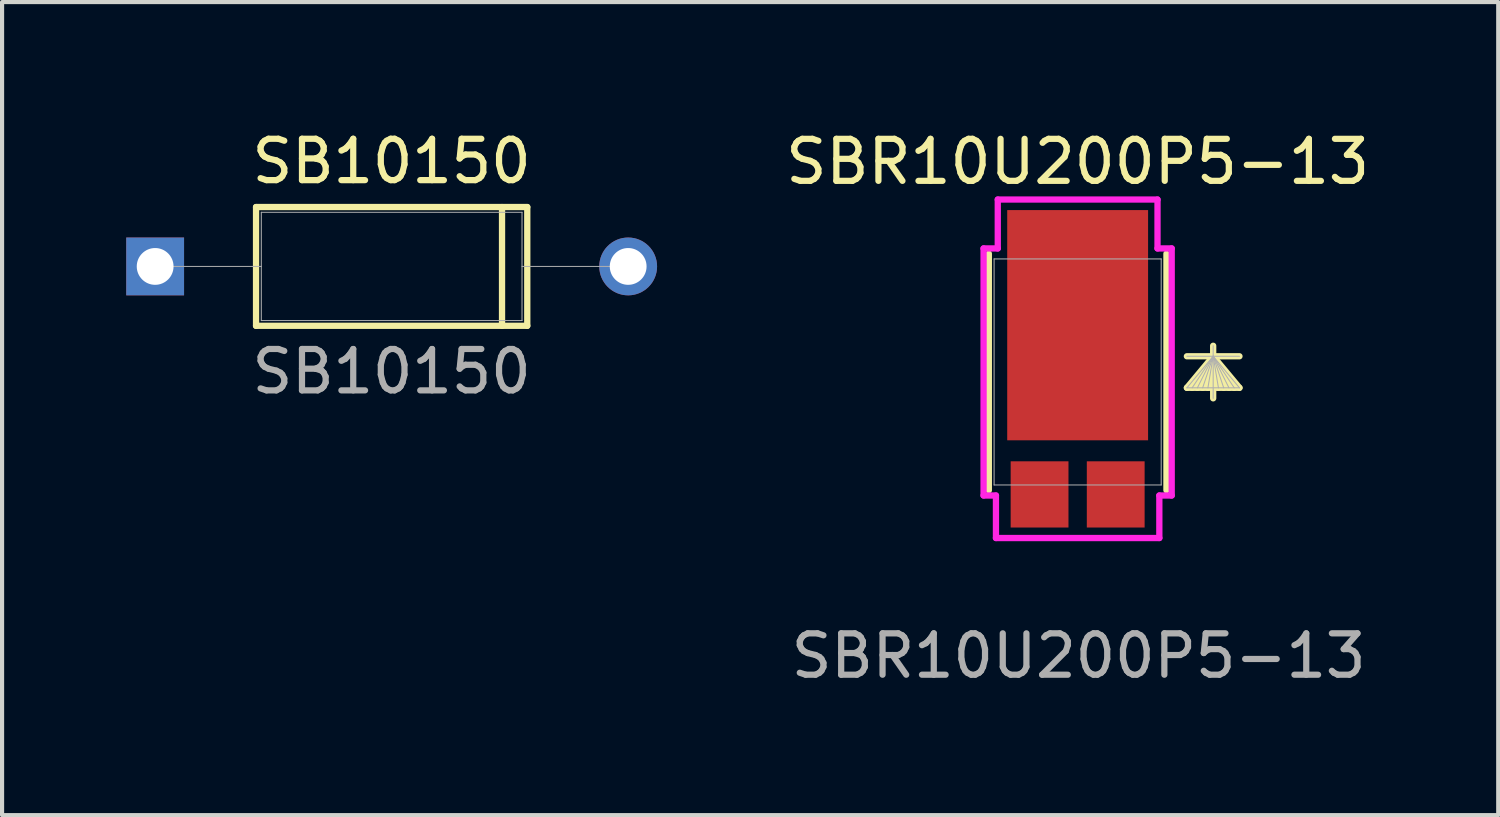
<source format=kicad_pcb>
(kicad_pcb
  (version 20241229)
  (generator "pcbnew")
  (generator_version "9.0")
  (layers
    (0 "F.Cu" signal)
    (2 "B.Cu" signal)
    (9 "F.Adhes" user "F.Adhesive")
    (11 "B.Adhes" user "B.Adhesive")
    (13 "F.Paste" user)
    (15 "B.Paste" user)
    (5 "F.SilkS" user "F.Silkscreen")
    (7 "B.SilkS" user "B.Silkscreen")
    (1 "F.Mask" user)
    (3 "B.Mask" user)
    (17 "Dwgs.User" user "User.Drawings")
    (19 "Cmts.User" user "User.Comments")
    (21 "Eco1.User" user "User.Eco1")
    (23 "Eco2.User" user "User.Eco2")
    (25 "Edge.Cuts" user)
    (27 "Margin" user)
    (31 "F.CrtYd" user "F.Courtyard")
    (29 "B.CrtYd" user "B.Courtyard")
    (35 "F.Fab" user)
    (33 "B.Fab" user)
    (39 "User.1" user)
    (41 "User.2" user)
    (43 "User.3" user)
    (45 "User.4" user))
  (footprint "SBR10U200P5-13"
    (layer "F.Cu")
    (at 22.99 5.938)
    (property "Reference" "SBR10U200P5-13" (at 0 -5.08 0) (unlocked yes) (layer "F.SilkS") (effects (font (size 1.016 1.016) (thickness 0.15))))
    (attr smd)
    (fp_line (start -2.146 -2.857) (end -2.146 2.857) (stroke (width 0.152) (type solid)) (layer "F.SilkS"))
    (fp_line (start 2.146 2.857) (end 2.146 -2.857) (stroke (width 0.152) (type solid)) (layer "F.SilkS"))
    (fp_line (start 3.275 -0.379) (end 2.64 0.383) (stroke (width 0.152) (type solid)) (layer "F.SilkS"))
    (fp_line (start 3.275 -0.379) (end 2.767 0.383) (stroke (width 0.152) (type solid)) (layer "F.SilkS"))
    (fp_line (start 3.275 -0.379) (end 2.894 0.383) (stroke (width 0.152) (type solid)) (layer "F.SilkS"))
    (fp_line (start 3.275 -0.379) (end 3.021 0.383) (stroke (width 0.152) (type solid)) (layer "F.SilkS"))
    (fp_line (start 3.275 -0.379) (end 3.148 0.383) (stroke (width 0.152) (type solid)) (layer "F.SilkS"))
    (fp_line (start 3.275 -0.379) (end 3.402 0.383) (stroke (width 0.152) (type solid)) (layer "F.SilkS"))
    (fp_line (start 3.275 -0.379) (end 3.529 0.383) (stroke (width 0.152) (type solid)) (layer "F.SilkS"))
    (fp_line (start 3.275 -0.379) (end 3.656 0.383) (stroke (width 0.152) (type solid)) (layer "F.SilkS"))
    (fp_line (start 3.275 -0.379) (end 3.783 0.383) (stroke (width 0.152) (type solid)) (layer "F.SilkS"))
    (fp_line (start 3.275 -0.379) (end 3.91 0.383) (stroke (width 0.152) (type solid)) (layer "F.SilkS"))
    (fp_line (start 3.275 0.637) (end 3.275 -0.633) (stroke (width 0.152) (type solid)) (layer "F.SilkS"))
    (fp_line (start 3.91 -0.379) (end 2.64 -0.379) (stroke (width 0.152) (type solid)) (layer "F.SilkS"))
    (fp_line (start 3.91 0.383) (end 2.64 0.383) (stroke (width 0.152) (type solid)) (layer "F.SilkS"))
    (fp_line (start -2.273 -2.985) (end -1.93 -2.985) (stroke (width 0.152) (type solid)) (layer "F.CrtYd"))
    (fp_line (start -2.273 2.985) (end -2.273 -2.985) (stroke (width 0.152) (type solid)) (layer "F.CrtYd"))
    (fp_line (start -1.974 2.985) (end -2.273 2.985) (stroke (width 0.152) (type solid)) (layer "F.CrtYd"))
    (fp_line (start -1.974 2.985) (end -1.974 4.013) (stroke (width 0.152) (type solid)) (layer "F.CrtYd"))
    (fp_line (start -1.974 4.013) (end 1.974 4.013) (stroke (width 0.152) (type solid)) (layer "F.CrtYd"))
    (fp_line (start -1.93 -4.166) (end -1.93 -2.985) (stroke (width 0.152) (type solid)) (layer "F.CrtYd"))
    (fp_line (start -1.93 -4.166) (end 1.93 -4.166) (stroke (width 0.152) (type solid)) (layer "F.CrtYd"))
    (fp_line (start 1.93 -4.166) (end 1.93 -2.985) (stroke (width 0.152) (type solid)) (layer "F.CrtYd"))
    (fp_line (start 1.974 2.985) (end 1.974 4.013) (stroke (width 0.152) (type solid)) (layer "F.CrtYd"))
    (fp_line (start 2.273 -2.985) (end 1.93 -2.985) (stroke (width 0.152) (type solid)) (layer "F.CrtYd"))
    (fp_line (start 2.273 -2.985) (end 2.273 2.985) (stroke (width 0.152) (type solid)) (layer "F.CrtYd"))
    (fp_line (start 2.273 2.985) (end 1.974 2.985) (stroke (width 0.152) (type solid)) (layer "F.CrtYd"))
    (fp_line (start -2.019 -2.731) (end -2.019 2.731) (stroke (width 0.025) (type solid)) (layer "F.Fab"))
    (fp_line (start -2.019 2.731) (end 2.019 2.731) (stroke (width 0.025) (type solid)) (layer "F.Fab"))
    (fp_line (start 2.019 -2.731) (end -2.019 -2.731) (stroke (width 0.025) (type solid)) (layer "F.Fab"))
    (fp_line (start 2.019 2.731) (end 2.019 -2.731) (stroke (width 0.025) (type solid)) (layer "F.Fab"))
    (fp_line (start 3.275 -0.379) (end 2.64 0.383) (stroke (width 0.025) (type solid)) (layer "F.Fab"))
    (fp_line (start 3.275 -0.379) (end 2.767 0.383) (stroke (width 0.025) (type solid)) (layer "F.Fab"))
    (fp_line (start 3.275 -0.379) (end 2.894 0.383) (stroke (width 0.025) (type solid)) (layer "F.Fab"))
    (fp_line (start 3.275 -0.379) (end 3.021 0.383) (stroke (width 0.025) (type solid)) (layer "F.Fab"))
    (fp_line (start 3.275 -0.379) (end 3.148 0.383) (stroke (width 0.025) (type solid)) (layer "F.Fab"))
    (fp_line (start 3.275 -0.379) (end 3.402 0.383) (stroke (width 0.025) (type solid)) (layer "F.Fab"))
    (fp_line (start 3.275 -0.379) (end 3.529 0.383) (stroke (width 0.025) (type solid)) (layer "F.Fab"))
    (fp_line (start 3.275 -0.379) (end 3.656 0.383) (stroke (width 0.025) (type solid)) (layer "F.Fab"))
    (fp_line (start 3.275 -0.379) (end 3.783 0.383) (stroke (width 0.025) (type solid)) (layer "F.Fab"))
    (fp_line (start 3.275 -0.379) (end 3.91 0.383) (stroke (width 0.025) (type solid)) (layer "F.Fab"))
    (fp_line (start 3.275 0.637) (end 3.275 -0.633) (stroke (width 0.025) (type solid)) (layer "F.Fab"))
    (fp_line (start 3.91 -0.379) (end 2.64 -0.379) (stroke (width 0.025) (type solid)) (layer "F.Fab"))
    (fp_line (start 3.91 0.383) (end 2.64 0.383) (stroke (width 0.025) (type solid)) (layer "F.Fab"))
    (fp_text user "${REFERENCE}" (at 0.024 6.861 0) (unlocked yes) (layer "F.Fab") (effects (font (size 1 1) (thickness 0.15))))
    (pad "1" smd rect (at 0 -1.13 90) (size 5.563 3.404) (layers "F.Cu" "F.Mask" "F.Paste"))
    (pad "2" smd rect (at -0.92 2.959 90) (size 1.6 1.397) (layers "F.Cu" "F.Mask" "F.Paste"))
    (pad "3" smd rect (at 0.92 2.959 90) (size 1.6 1.397) (layers "F.Cu" "F.Mask" "F.Paste")))
  (footprint "SB10150"
    (layer "F.Cu")
    (at 0.699 3.388)
    (property "Reference" "SB10150" (at 5.715 -2.54 0) (unlocked yes) (layer "F.SilkS") (effects (font (size 1 1) (thickness 0.15))))
    (attr through_hole)
    (fp_line (start 2.438 -1.435) (end 2.438 1.435) (stroke (width 0.152) (type solid)) (layer "F.SilkS"))
    (fp_line (start 2.438 1.435) (end 8.992 1.435) (stroke (width 0.152) (type solid)) (layer "F.SilkS"))
    (fp_line (start 8.382 1.435) (end 8.382 -1.435) (stroke (width 0.152) (type solid)) (layer "F.SilkS"))
    (fp_line (start 8.992 -1.435) (end 2.438 -1.435) (stroke (width 0.152) (type solid)) (layer "F.SilkS"))
    (fp_line (start 8.992 1.435) (end 8.992 -1.435) (stroke (width 0.152) (type solid)) (layer "F.SilkS"))
    (fp_line (start 0 0) (end 2.565 0) (stroke (width 0.025) (type solid)) (layer "F.Fab"))
    (fp_line (start 2.565 -1.308) (end 2.565 1.308) (stroke (width 0.025) (type solid)) (layer "F.Fab"))
    (fp_line (start 2.565 1.308) (end 8.865 1.308) (stroke (width 0.025) (type solid)) (layer "F.Fab"))
    (fp_line (start 8.865 -1.308) (end 2.565 -1.308) (stroke (width 0.025) (type solid)) (layer "F.Fab"))
    (fp_line (start 8.865 1.308) (end 8.865 -1.308) (stroke (width 0.025) (type solid)) (layer "F.Fab"))
    (fp_line (start 11.43 0) (end 8.865 0) (stroke (width 0.025) (type solid)) (layer "F.Fab"))
    (fp_text user "${REFERENCE}" (at 5.715 2.54 0) (unlocked yes) (layer "F.Fab") (effects (font (size 1 1) (thickness 0.15))))
    (pad "1" thru_hole rect (at 0 0) (size 1.397 1.397) (drill 0.889) (layers "*.Cu" "*.Mask"))
    (pad "2" thru_hole circle (at 11.43 0) (size 1.397 1.397) (drill 0.889) (layers "*.Cu" "*.Mask")))
  (gr_rect
    (start -3 -3)
    (end 33.153 16.647)
    (stroke (width 0.1) (type default))
    (fill no)
    (layer "Edge.Cuts")))
</source>
